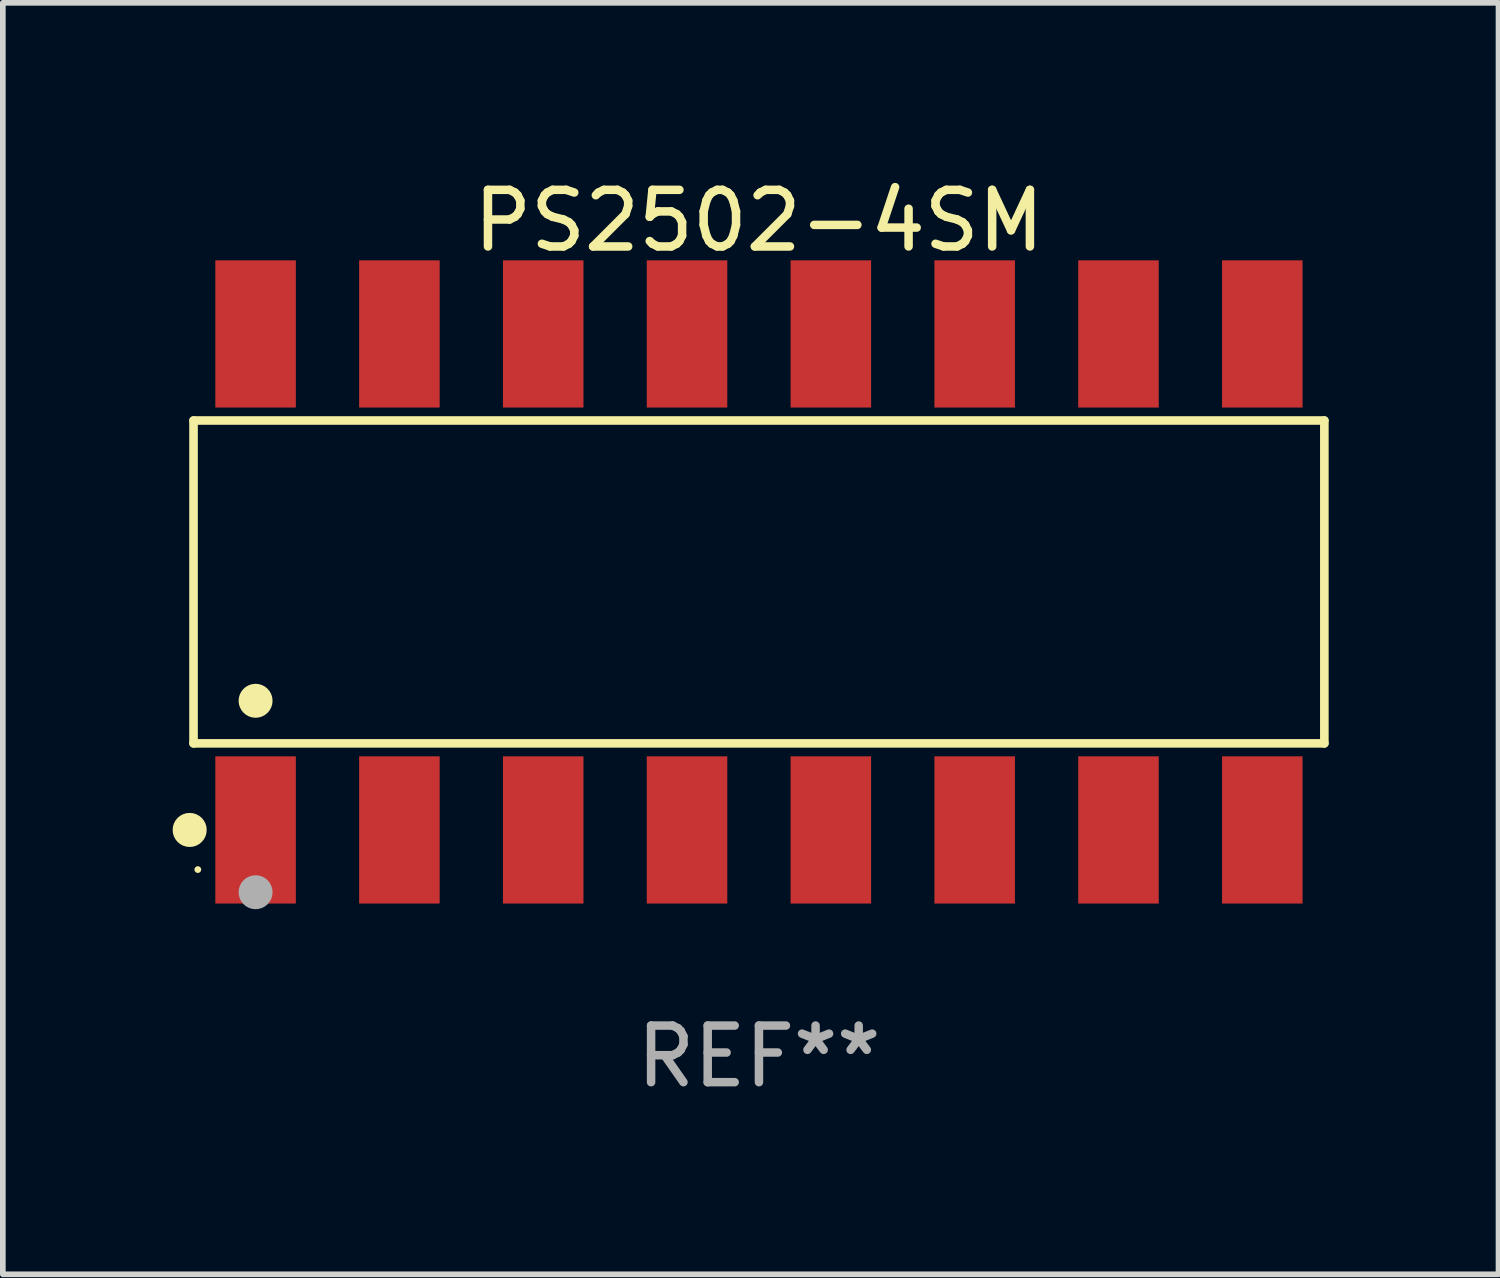
<source format=kicad_pcb>
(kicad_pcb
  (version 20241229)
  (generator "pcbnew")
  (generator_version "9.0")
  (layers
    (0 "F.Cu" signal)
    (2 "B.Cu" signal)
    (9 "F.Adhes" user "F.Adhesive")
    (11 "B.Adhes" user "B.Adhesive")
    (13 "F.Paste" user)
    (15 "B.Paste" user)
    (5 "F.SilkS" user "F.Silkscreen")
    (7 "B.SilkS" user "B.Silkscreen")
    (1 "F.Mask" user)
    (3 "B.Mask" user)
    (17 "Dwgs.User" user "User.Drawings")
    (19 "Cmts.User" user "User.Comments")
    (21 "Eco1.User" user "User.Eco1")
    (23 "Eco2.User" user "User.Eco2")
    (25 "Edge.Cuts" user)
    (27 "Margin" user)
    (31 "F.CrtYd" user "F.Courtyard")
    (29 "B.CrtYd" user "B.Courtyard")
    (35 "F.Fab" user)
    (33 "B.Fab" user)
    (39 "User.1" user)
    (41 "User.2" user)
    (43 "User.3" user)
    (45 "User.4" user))
  (footprint "PS2502-4SM"
    (layer "F.Cu")
    (at 10.354 7.228)
    (property "Reference" "PS2502-4SM" (at 0 -6.38 0) (layer "F.SilkS") (effects (font (size 1 1) (thickness 0.15))))
    (attr through_hole)
    (fp_line (start -9.986 -2.851) (end 9.986 -2.851) (stroke (width 0.152) (type solid)) (layer "F.SilkS"))
    (fp_line (start -9.986 2.851) (end -9.986 -2.851) (stroke (width 0.152) (type solid)) (layer "F.SilkS"))
    (fp_line (start 9.986 -2.851) (end 9.986 2.851) (stroke (width 0.152) (type solid)) (layer "F.SilkS"))
    (fp_line (start 9.986 2.851) (end -9.986 2.851) (stroke (width 0.152) (type solid)) (layer "F.SilkS"))
    (fp_circle (center -10.054 4.38) (end -9.903 4.38) (stroke (width 0.3) (type solid)) (fill no) (layer "F.SilkS"))
    (fp_circle (center -9.91 5.08) (end -9.88 5.08) (stroke (width 0.06) (type solid)) (fill no) (layer "F.SilkS"))
    (fp_circle (center -8.89 2.099) (end -8.74 2.099) (stroke (width 0.3) (type solid)) (fill no) (layer "F.SilkS"))
    (fp_circle (center -8.89 5.48) (end -8.74 5.48) (stroke (width 0.3) (type solid)) (fill no) (layer "F.Fab"))
    (fp_text user "REF**" (at 0 8.38 0) (layer "F.Fab") (effects (font (size 1 1) (thickness 0.15))))
    (pad "1" smd rect (at -8.89 4.38) (size 1.422 2.6) (layers "F.Cu" "F.Mask" "F.Paste"))
    (pad "2" smd rect (at -6.35 4.38) (size 1.422 2.6) (layers "F.Cu" "F.Mask" "F.Paste"))
    (pad "3" smd rect (at -3.81 4.38) (size 1.422 2.6) (layers "F.Cu" "F.Mask" "F.Paste"))
    (pad "4" smd rect (at -1.27 4.38) (size 1.422 2.6) (layers "F.Cu" "F.Mask" "F.Paste"))
    (pad "5" smd rect (at 1.27 4.38) (size 1.422 2.6) (layers "F.Cu" "F.Mask" "F.Paste"))
    (pad "6" smd rect (at 3.81 4.38) (size 1.422 2.6) (layers "F.Cu" "F.Mask" "F.Paste"))
    (pad "7" smd rect (at 6.35 4.38) (size 1.422 2.6) (layers "F.Cu" "F.Mask" "F.Paste"))
    (pad "8" smd rect (at 8.89 4.38) (size 1.422 2.6) (layers "F.Cu" "F.Mask" "F.Paste"))
    (pad "9" smd rect (at 8.89 -4.38) (size 1.422 2.6) (layers "F.Cu" "F.Mask" "F.Paste"))
    (pad "10" smd rect (at 6.35 -4.38) (size 1.422 2.6) (layers "F.Cu" "F.Mask" "F.Paste"))
    (pad "11" smd rect (at 3.81 -4.38) (size 1.422 2.6) (layers "F.Cu" "F.Mask" "F.Paste"))
    (pad "12" smd rect (at 1.27 -4.38) (size 1.422 2.6) (layers "F.Cu" "F.Mask" "F.Paste"))
    (pad "13" smd rect (at -1.27 -4.38) (size 1.422 2.6) (layers "F.Cu" "F.Mask" "F.Paste"))
    (pad "14" smd rect (at -3.81 -4.38) (size 1.422 2.6) (layers "F.Cu" "F.Mask" "F.Paste"))
    (pad "15" smd rect (at -6.35 -4.38) (size 1.422 2.6) (layers "F.Cu" "F.Mask" "F.Paste"))
    (pad "16" smd rect (at -8.89 -4.38) (size 1.422 2.6) (layers "F.Cu" "F.Mask" "F.Paste")))
  (gr_rect
    (start -3 -3)
    (end 23.416 19.456)
    (stroke (width 0.1) (type default))
    (fill no)
    (layer "Edge.Cuts")))
</source>
